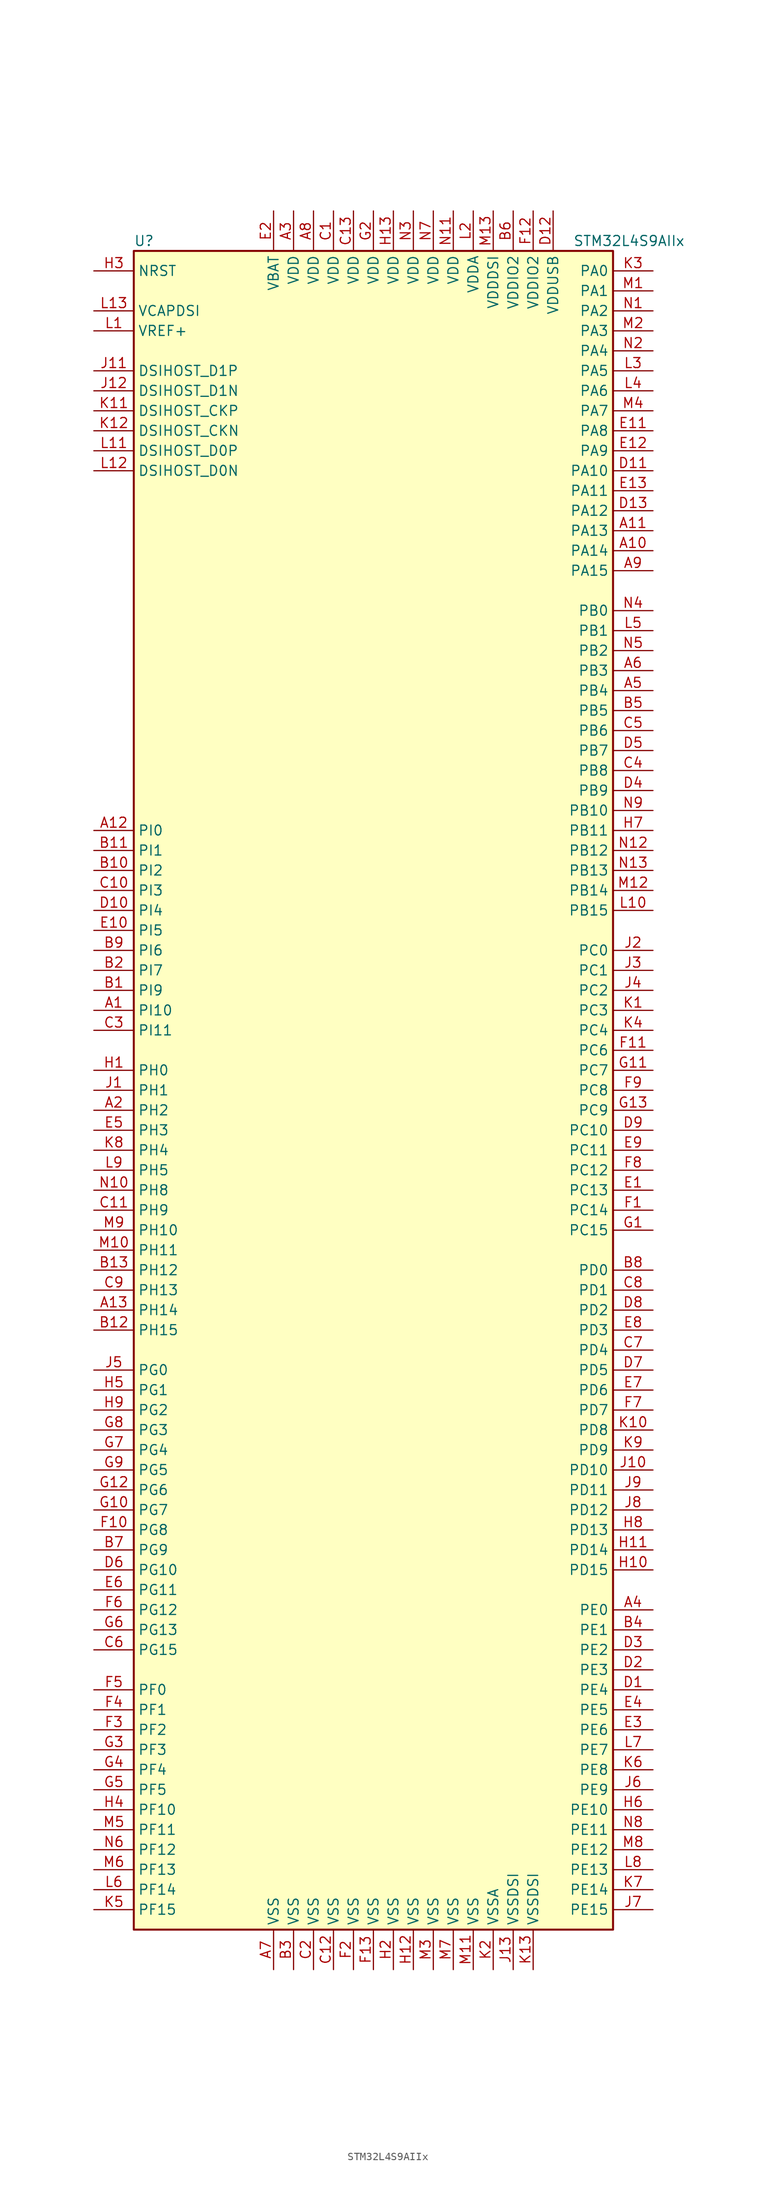
<source format=kicad_sym>
(kicad_symbol_lib
  (version 20211014)
  (generator kicad_symbol_editor)
  (symbol "STM32L4S9AIIx"
    (property "Reference" "U"
      (at -30.48 107.95 0)
      (effects (font (size 1.27 1.27)) (justify left)))
    (property "Value" "STM32L4S9AIIx"
      (at 25.4 107.95 0)
      (effects (font (size 1.27 1.27)) (justify left)))
    (symbol "STM32L4S9AIIx_0_1"
      (rectangle (start -30.48 -106.68) (end 30.48 106.68) (stroke (width 0.254) (type default) (color 0 0 0 0)) (fill (type background))))
    (symbol "STM32L4S9AIIx_1_1"
      (pin bidirectional line (at -35.56 10.16 0) (length 5.08) (name "PI10" (effects (font (size 1.27 1.27)))) (number "A1" (effects (font (size 1.27 1.27)))))
      (pin bidirectional line (at 35.56 68.58 180) (length 5.08) (name "PA14" (effects (font (size 1.27 1.27)))) (number "A10" (effects (font (size 1.27 1.27)))))
      (pin bidirectional line (at 35.56 71.12 180) (length 5.08) (name "PA13" (effects (font (size 1.27 1.27)))) (number "A11" (effects (font (size 1.27 1.27)))))
      (pin bidirectional line (at -35.56 33.02 0) (length 5.08) (name "PI0" (effects (font (size 1.27 1.27)))) (number "A12" (effects (font (size 1.27 1.27)))))
      (pin bidirectional line (at -35.56 -27.94 0) (length 5.08) (name "PH14" (effects (font (size 1.27 1.27)))) (number "A13" (effects (font (size 1.27 1.27)))))
      (pin bidirectional line (at -35.56 -2.54 0) (length 5.08) (name "PH2" (effects (font (size 1.27 1.27)))) (number "A2" (effects (font (size 1.27 1.27)))))
      (pin power_in line (at -10.16 111.76 270) (length 5.08) (name "VDD" (effects (font (size 1.27 1.27)))) (number "A3" (effects (font (size 1.27 1.27)))))
      (pin bidirectional line (at 35.56 -66.04 180) (length 5.08) (name "PE0" (effects (font (size 1.27 1.27)))) (number "A4" (effects (font (size 1.27 1.27)))))
      (pin bidirectional line (at 35.56 50.8 180) (length 5.08) (name "PB4" (effects (font (size 1.27 1.27)))) (number "A5" (effects (font (size 1.27 1.27)))))
      (pin bidirectional line (at 35.56 53.34 180) (length 5.08) (name "PB3" (effects (font (size 1.27 1.27)))) (number "A6" (effects (font (size 1.27 1.27)))))
      (pin power_in line (at -12.7 -111.76 90) (length 5.08) (name "VSS" (effects (font (size 1.27 1.27)))) (number "A7" (effects (font (size 1.27 1.27)))))
      (pin power_in line (at -7.62 111.76 270) (length 5.08) (name "VDD" (effects (font (size 1.27 1.27)))) (number "A8" (effects (font (size 1.27 1.27)))))
      (pin bidirectional line (at 35.56 66.04 180) (length 5.08) (name "PA15" (effects (font (size 1.27 1.27)))) (number "A9" (effects (font (size 1.27 1.27)))))
      (pin bidirectional line (at -35.56 12.7 0) (length 5.08) (name "PI9" (effects (font (size 1.27 1.27)))) (number "B1" (effects (font (size 1.27 1.27)))))
      (pin bidirectional line (at -35.56 27.94 0) (length 5.08) (name "PI2" (effects (font (size 1.27 1.27)))) (number "B10" (effects (font (size 1.27 1.27)))))
      (pin bidirectional line (at -35.56 30.48 0) (length 5.08) (name "PI1" (effects (font (size 1.27 1.27)))) (number "B11" (effects (font (size 1.27 1.27)))))
      (pin bidirectional line (at -35.56 -30.48 0) (length 5.08) (name "PH15" (effects (font (size 1.27 1.27)))) (number "B12" (effects (font (size 1.27 1.27)))))
      (pin bidirectional line (at -35.56 -22.86 0) (length 5.08) (name "PH12" (effects (font (size 1.27 1.27)))) (number "B13" (effects (font (size 1.27 1.27)))))
      (pin bidirectional line (at -35.56 15.24 0) (length 5.08) (name "PI7" (effects (font (size 1.27 1.27)))) (number "B2" (effects (font (size 1.27 1.27)))))
      (pin power_in line (at -10.16 -111.76 90) (length 5.08) (name "VSS" (effects (font (size 1.27 1.27)))) (number "B3" (effects (font (size 1.27 1.27)))))
      (pin bidirectional line (at 35.56 -68.58 180) (length 5.08) (name "PE1" (effects (font (size 1.27 1.27)))) (number "B4" (effects (font (size 1.27 1.27)))))
      (pin bidirectional line (at 35.56 48.26 180) (length 5.08) (name "PB5" (effects (font (size 1.27 1.27)))) (number "B5" (effects (font (size 1.27 1.27)))))
      (pin power_in line (at 17.78 111.76 270) (length 5.08) (name "VDDIO2" (effects (font (size 1.27 1.27)))) (number "B6" (effects (font (size 1.27 1.27)))))
      (pin bidirectional line (at -35.56 -58.42 0) (length 5.08) (name "PG9" (effects (font (size 1.27 1.27)))) (number "B7" (effects (font (size 1.27 1.27)))))
      (pin bidirectional line (at 35.56 -22.86 180) (length 5.08) (name "PD0" (effects (font (size 1.27 1.27)))) (number "B8" (effects (font (size 1.27 1.27)))))
      (pin bidirectional line (at -35.56 17.78 0) (length 5.08) (name "PI6" (effects (font (size 1.27 1.27)))) (number "B9" (effects (font (size 1.27 1.27)))))
      (pin power_in line (at -5.08 111.76 270) (length 5.08) (name "VDD" (effects (font (size 1.27 1.27)))) (number "C1" (effects (font (size 1.27 1.27)))))
      (pin bidirectional line (at -35.56 25.4 0) (length 5.08) (name "PI3" (effects (font (size 1.27 1.27)))) (number "C10" (effects (font (size 1.27 1.27)))))
      (pin bidirectional line (at -35.56 -15.24 0) (length 5.08) (name "PH9" (effects (font (size 1.27 1.27)))) (number "C11" (effects (font (size 1.27 1.27)))))
      (pin power_in line (at -5.08 -111.76 90) (length 5.08) (name "VSS" (effects (font (size 1.27 1.27)))) (number "C12" (effects (font (size 1.27 1.27)))))
      (pin power_in line (at -2.54 111.76 270) (length 5.08) (name "VDD" (effects (font (size 1.27 1.27)))) (number "C13" (effects (font (size 1.27 1.27)))))
      (pin power_in line (at -7.62 -111.76 90) (length 5.08) (name "VSS" (effects (font (size 1.27 1.27)))) (number "C2" (effects (font (size 1.27 1.27)))))
      (pin bidirectional line (at -35.56 7.62 0) (length 5.08) (name "PI11" (effects (font (size 1.27 1.27)))) (number "C3" (effects (font (size 1.27 1.27)))))
      (pin bidirectional line (at 35.56 40.64 180) (length 5.08) (name "PB8" (effects (font (size 1.27 1.27)))) (number "C4" (effects (font (size 1.27 1.27)))))
      (pin bidirectional line (at 35.56 45.72 180) (length 5.08) (name "PB6" (effects (font (size 1.27 1.27)))) (number "C5" (effects (font (size 1.27 1.27)))))
      (pin bidirectional line (at -35.56 -71.12 0) (length 5.08) (name "PG15" (effects (font (size 1.27 1.27)))) (number "C6" (effects (font (size 1.27 1.27)))))
      (pin bidirectional line (at 35.56 -33.02 180) (length 5.08) (name "PD4" (effects (font (size 1.27 1.27)))) (number "C7" (effects (font (size 1.27 1.27)))))
      (pin bidirectional line (at 35.56 -25.4 180) (length 5.08) (name "PD1" (effects (font (size 1.27 1.27)))) (number "C8" (effects (font (size 1.27 1.27)))))
      (pin bidirectional line (at -35.56 -25.4 0) (length 5.08) (name "PH13" (effects (font (size 1.27 1.27)))) (number "C9" (effects (font (size 1.27 1.27)))))
      (pin bidirectional line (at 35.56 -76.2 180) (length 5.08) (name "PE4" (effects (font (size 1.27 1.27)))) (number "D1" (effects (font (size 1.27 1.27)))))
      (pin bidirectional line (at -35.56 22.86 0) (length 5.08) (name "PI4" (effects (font (size 1.27 1.27)))) (number "D10" (effects (font (size 1.27 1.27)))))
      (pin bidirectional line (at 35.56 78.74 180) (length 5.08) (name "PA10" (effects (font (size 1.27 1.27)))) (number "D11" (effects (font (size 1.27 1.27)))))
      (pin power_in line (at 22.86 111.76 270) (length 5.08) (name "VDDUSB" (effects (font (size 1.27 1.27)))) (number "D12" (effects (font (size 1.27 1.27)))))
      (pin bidirectional line (at 35.56 73.66 180) (length 5.08) (name "PA12" (effects (font (size 1.27 1.27)))) (number "D13" (effects (font (size 1.27 1.27)))))
      (pin bidirectional line (at 35.56 -73.66 180) (length 5.08) (name "PE3" (effects (font (size 1.27 1.27)))) (number "D2" (effects (font (size 1.27 1.27)))))
      (pin bidirectional line (at 35.56 -71.12 180) (length 5.08) (name "PE2" (effects (font (size 1.27 1.27)))) (number "D3" (effects (font (size 1.27 1.27)))))
      (pin bidirectional line (at 35.56 38.1 180) (length 5.08) (name "PB9" (effects (font (size 1.27 1.27)))) (number "D4" (effects (font (size 1.27 1.27)))))
      (pin bidirectional line (at 35.56 43.18 180) (length 5.08) (name "PB7" (effects (font (size 1.27 1.27)))) (number "D5" (effects (font (size 1.27 1.27)))))
      (pin bidirectional line (at -35.56 -60.96 0) (length 5.08) (name "PG10" (effects (font (size 1.27 1.27)))) (number "D6" (effects (font (size 1.27 1.27)))))
      (pin bidirectional line (at 35.56 -35.56 180) (length 5.08) (name "PD5" (effects (font (size 1.27 1.27)))) (number "D7" (effects (font (size 1.27 1.27)))))
      (pin bidirectional line (at 35.56 -27.94 180) (length 5.08) (name "PD2" (effects (font (size 1.27 1.27)))) (number "D8" (effects (font (size 1.27 1.27)))))
      (pin bidirectional line (at 35.56 -5.08 180) (length 5.08) (name "PC10" (effects (font (size 1.27 1.27)))) (number "D9" (effects (font (size 1.27 1.27)))))
      (pin bidirectional line (at 35.56 -12.7 180) (length 5.08) (name "PC13" (effects (font (size 1.27 1.27)))) (number "E1" (effects (font (size 1.27 1.27)))))
      (pin bidirectional line (at -35.56 20.32 0) (length 5.08) (name "PI5" (effects (font (size 1.27 1.27)))) (number "E10" (effects (font (size 1.27 1.27)))))
      (pin bidirectional line (at 35.56 83.82 180) (length 5.08) (name "PA8" (effects (font (size 1.27 1.27)))) (number "E11" (effects (font (size 1.27 1.27)))))
      (pin bidirectional line (at 35.56 81.28 180) (length 5.08) (name "PA9" (effects (font (size 1.27 1.27)))) (number "E12" (effects (font (size 1.27 1.27)))))
      (pin bidirectional line (at 35.56 76.2 180) (length 5.08) (name "PA11" (effects (font (size 1.27 1.27)))) (number "E13" (effects (font (size 1.27 1.27)))))
      (pin power_in line (at -12.7 111.76 270) (length 5.08) (name "VBAT" (effects (font (size 1.27 1.27)))) (number "E2" (effects (font (size 1.27 1.27)))))
      (pin bidirectional line (at 35.56 -81.28 180) (length 5.08) (name "PE6" (effects (font (size 1.27 1.27)))) (number "E3" (effects (font (size 1.27 1.27)))))
      (pin bidirectional line (at 35.56 -78.74 180) (length 5.08) (name "PE5" (effects (font (size 1.27 1.27)))) (number "E4" (effects (font (size 1.27 1.27)))))
      (pin bidirectional line (at -35.56 -5.08 0) (length 5.08) (name "PH3" (effects (font (size 1.27 1.27)))) (number "E5" (effects (font (size 1.27 1.27)))))
      (pin bidirectional line (at -35.56 -63.5 0) (length 5.08) (name "PG11" (effects (font (size 1.27 1.27)))) (number "E6" (effects (font (size 1.27 1.27)))))
      (pin bidirectional line (at 35.56 -38.1 180) (length 5.08) (name "PD6" (effects (font (size 1.27 1.27)))) (number "E7" (effects (font (size 1.27 1.27)))))
      (pin bidirectional line (at 35.56 -30.48 180) (length 5.08) (name "PD3" (effects (font (size 1.27 1.27)))) (number "E8" (effects (font (size 1.27 1.27)))))
      (pin bidirectional line (at 35.56 -7.62 180) (length 5.08) (name "PC11" (effects (font (size 1.27 1.27)))) (number "E9" (effects (font (size 1.27 1.27)))))
      (pin bidirectional line (at 35.56 -15.24 180) (length 5.08) (name "PC14" (effects (font (size 1.27 1.27)))) (number "F1" (effects (font (size 1.27 1.27)))))
      (pin bidirectional line (at -35.56 -55.88 0) (length 5.08) (name "PG8" (effects (font (size 1.27 1.27)))) (number "F10" (effects (font (size 1.27 1.27)))))
      (pin bidirectional line (at 35.56 5.08 180) (length 5.08) (name "PC6" (effects (font (size 1.27 1.27)))) (number "F11" (effects (font (size 1.27 1.27)))))
      (pin power_in line (at 20.32 111.76 270) (length 5.08) (name "VDDIO2" (effects (font (size 1.27 1.27)))) (number "F12" (effects (font (size 1.27 1.27)))))
      (pin power_in line (at 0 -111.76 90) (length 5.08) (name "VSS" (effects (font (size 1.27 1.27)))) (number "F13" (effects (font (size 1.27 1.27)))))
      (pin power_in line (at -2.54 -111.76 90) (length 5.08) (name "VSS" (effects (font (size 1.27 1.27)))) (number "F2" (effects (font (size 1.27 1.27)))))
      (pin bidirectional line (at -35.56 -81.28 0) (length 5.08) (name "PF2" (effects (font (size 1.27 1.27)))) (number "F3" (effects (font (size 1.27 1.27)))))
      (pin bidirectional line (at -35.56 -78.74 0) (length 5.08) (name "PF1" (effects (font (size 1.27 1.27)))) (number "F4" (effects (font (size 1.27 1.27)))))
      (pin bidirectional line (at -35.56 -76.2 0) (length 5.08) (name "PF0" (effects (font (size 1.27 1.27)))) (number "F5" (effects (font (size 1.27 1.27)))))
      (pin bidirectional line (at -35.56 -66.04 0) (length 5.08) (name "PG12" (effects (font (size 1.27 1.27)))) (number "F6" (effects (font (size 1.27 1.27)))))
      (pin bidirectional line (at 35.56 -40.64 180) (length 5.08) (name "PD7" (effects (font (size 1.27 1.27)))) (number "F7" (effects (font (size 1.27 1.27)))))
      (pin bidirectional line (at 35.56 -10.16 180) (length 5.08) (name "PC12" (effects (font (size 1.27 1.27)))) (number "F8" (effects (font (size 1.27 1.27)))))
      (pin bidirectional line (at 35.56 0 180) (length 5.08) (name "PC8" (effects (font (size 1.27 1.27)))) (number "F9" (effects (font (size 1.27 1.27)))))
      (pin bidirectional line (at 35.56 -17.78 180) (length 5.08) (name "PC15" (effects (font (size 1.27 1.27)))) (number "G1" (effects (font (size 1.27 1.27)))))
      (pin bidirectional line (at -35.56 -53.34 0) (length 5.08) (name "PG7" (effects (font (size 1.27 1.27)))) (number "G10" (effects (font (size 1.27 1.27)))))
      (pin bidirectional line (at 35.56 2.54 180) (length 5.08) (name "PC7" (effects (font (size 1.27 1.27)))) (number "G11" (effects (font (size 1.27 1.27)))))
      (pin bidirectional line (at -35.56 -50.8 0) (length 5.08) (name "PG6" (effects (font (size 1.27 1.27)))) (number "G12" (effects (font (size 1.27 1.27)))))
      (pin bidirectional line (at 35.56 -2.54 180) (length 5.08) (name "PC9" (effects (font (size 1.27 1.27)))) (number "G13" (effects (font (size 1.27 1.27)))))
      (pin power_in line (at 0 111.76 270) (length 5.08) (name "VDD" (effects (font (size 1.27 1.27)))) (number "G2" (effects (font (size 1.27 1.27)))))
      (pin bidirectional line (at -35.56 -83.82 0) (length 5.08) (name "PF3" (effects (font (size 1.27 1.27)))) (number "G3" (effects (font (size 1.27 1.27)))))
      (pin bidirectional line (at -35.56 -86.36 0) (length 5.08) (name "PF4" (effects (font (size 1.27 1.27)))) (number "G4" (effects (font (size 1.27 1.27)))))
      (pin bidirectional line (at -35.56 -88.9 0) (length 5.08) (name "PF5" (effects (font (size 1.27 1.27)))) (number "G5" (effects (font (size 1.27 1.27)))))
      (pin bidirectional line (at -35.56 -68.58 0) (length 5.08) (name "PG13" (effects (font (size 1.27 1.27)))) (number "G6" (effects (font (size 1.27 1.27)))))
      (pin bidirectional line (at -35.56 -45.72 0) (length 5.08) (name "PG4" (effects (font (size 1.27 1.27)))) (number "G7" (effects (font (size 1.27 1.27)))))
      (pin bidirectional line (at -35.56 -43.18 0) (length 5.08) (name "PG3" (effects (font (size 1.27 1.27)))) (number "G8" (effects (font (size 1.27 1.27)))))
      (pin bidirectional line (at -35.56 -48.26 0) (length 5.08) (name "PG5" (effects (font (size 1.27 1.27)))) (number "G9" (effects (font (size 1.27 1.27)))))
      (pin input line (at -35.56 2.54 0) (length 5.08) (name "PH0" (effects (font (size 1.27 1.27)))) (number "H1" (effects (font (size 1.27 1.27)))))
      (pin bidirectional line (at 35.56 -60.96 180) (length 5.08) (name "PD15" (effects (font (size 1.27 1.27)))) (number "H10" (effects (font (size 1.27 1.27)))))
      (pin bidirectional line (at 35.56 -58.42 180) (length 5.08) (name "PD14" (effects (font (size 1.27 1.27)))) (number "H11" (effects (font (size 1.27 1.27)))))
      (pin power_in line (at 5.08 -111.76 90) (length 5.08) (name "VSS" (effects (font (size 1.27 1.27)))) (number "H12" (effects (font (size 1.27 1.27)))))
      (pin power_in line (at 2.54 111.76 270) (length 5.08) (name "VDD" (effects (font (size 1.27 1.27)))) (number "H13" (effects (font (size 1.27 1.27)))))
      (pin power_in line (at 2.54 -111.76 90) (length 5.08) (name "VSS" (effects (font (size 1.27 1.27)))) (number "H2" (effects (font (size 1.27 1.27)))))
      (pin input line (at -35.56 104.14 0) (length 5.08) (name "NRST" (effects (font (size 1.27 1.27)))) (number "H3" (effects (font (size 1.27 1.27)))))
      (pin bidirectional line (at -35.56 -91.44 0) (length 5.08) (name "PF10" (effects (font (size 1.27 1.27)))) (number "H4" (effects (font (size 1.27 1.27)))))
      (pin bidirectional line (at -35.56 -38.1 0) (length 5.08) (name "PG1" (effects (font (size 1.27 1.27)))) (number "H5" (effects (font (size 1.27 1.27)))))
      (pin bidirectional line (at 35.56 -91.44 180) (length 5.08) (name "PE10" (effects (font (size 1.27 1.27)))) (number "H6" (effects (font (size 1.27 1.27)))))
      (pin bidirectional line (at 35.56 33.02 180) (length 5.08) (name "PB11" (effects (font (size 1.27 1.27)))) (number "H7" (effects (font (size 1.27 1.27)))))
      (pin bidirectional line (at 35.56 -55.88 180) (length 5.08) (name "PD13" (effects (font (size 1.27 1.27)))) (number "H8" (effects (font (size 1.27 1.27)))))
      (pin bidirectional line (at -35.56 -40.64 0) (length 5.08) (name "PG2" (effects (font (size 1.27 1.27)))) (number "H9" (effects (font (size 1.27 1.27)))))
      (pin input line (at -35.56 0 0) (length 5.08) (name "PH1" (effects (font (size 1.27 1.27)))) (number "J1" (effects (font (size 1.27 1.27)))))
      (pin bidirectional line (at 35.56 -48.26 180) (length 5.08) (name "PD10" (effects (font (size 1.27 1.27)))) (number "J10" (effects (font (size 1.27 1.27)))))
      (pin bidirectional line (at -35.56 91.44 0) (length 5.08) (name "DSIHOST_D1P" (effects (font (size 1.27 1.27)))) (number "J11" (effects (font (size 1.27 1.27)))))
      (pin bidirectional line (at -35.56 88.9 0) (length 5.08) (name "DSIHOST_D1N" (effects (font (size 1.27 1.27)))) (number "J12" (effects (font (size 1.27 1.27)))))
      (pin power_in line (at 17.78 -111.76 90) (length 5.08) (name "VSSDSI" (effects (font (size 1.27 1.27)))) (number "J13" (effects (font (size 1.27 1.27)))))
      (pin bidirectional line (at 35.56 17.78 180) (length 5.08) (name "PC0" (effects (font (size 1.27 1.27)))) (number "J2" (effects (font (size 1.27 1.27)))))
      (pin bidirectional line (at 35.56 15.24 180) (length 5.08) (name "PC1" (effects (font (size 1.27 1.27)))) (number "J3" (effects (font (size 1.27 1.27)))))
      (pin bidirectional line (at 35.56 12.7 180) (length 5.08) (name "PC2" (effects (font (size 1.27 1.27)))) (number "J4" (effects (font (size 1.27 1.27)))))
      (pin bidirectional line (at -35.56 -35.56 0) (length 5.08) (name "PG0" (effects (font (size 1.27 1.27)))) (number "J5" (effects (font (size 1.27 1.27)))))
      (pin bidirectional line (at 35.56 -88.9 180) (length 5.08) (name "PE9" (effects (font (size 1.27 1.27)))) (number "J6" (effects (font (size 1.27 1.27)))))
      (pin bidirectional line (at 35.56 -104.14 180) (length 5.08) (name "PE15" (effects (font (size 1.27 1.27)))) (number "J7" (effects (font (size 1.27 1.27)))))
      (pin bidirectional line (at 35.56 -53.34 180) (length 5.08) (name "PD12" (effects (font (size 1.27 1.27)))) (number "J8" (effects (font (size 1.27 1.27)))))
      (pin bidirectional line (at 35.56 -50.8 180) (length 5.08) (name "PD11" (effects (font (size 1.27 1.27)))) (number "J9" (effects (font (size 1.27 1.27)))))
      (pin bidirectional line (at 35.56 10.16 180) (length 5.08) (name "PC3" (effects (font (size 1.27 1.27)))) (number "K1" (effects (font (size 1.27 1.27)))))
      (pin bidirectional line (at 35.56 -43.18 180) (length 5.08) (name "PD8" (effects (font (size 1.27 1.27)))) (number "K10" (effects (font (size 1.27 1.27)))))
      (pin bidirectional line (at -35.56 86.36 0) (length 5.08) (name "DSIHOST_CKP" (effects (font (size 1.27 1.27)))) (number "K11" (effects (font (size 1.27 1.27)))))
      (pin bidirectional line (at -35.56 83.82 0) (length 5.08) (name "DSIHOST_CKN" (effects (font (size 1.27 1.27)))) (number "K12" (effects (font (size 1.27 1.27)))))
      (pin power_in line (at 20.32 -111.76 90) (length 5.08) (name "VSSDSI" (effects (font (size 1.27 1.27)))) (number "K13" (effects (font (size 1.27 1.27)))))
      (pin power_in line (at 15.24 -111.76 90) (length 5.08) (name "VSSA" (effects (font (size 1.27 1.27)))) (number "K2" (effects (font (size 1.27 1.27)))))
      (pin bidirectional line (at 35.56 104.14 180) (length 5.08) (name "PA0" (effects (font (size 1.27 1.27)))) (number "K3" (effects (font (size 1.27 1.27)))))
      (pin bidirectional line (at 35.56 7.62 180) (length 5.08) (name "PC4" (effects (font (size 1.27 1.27)))) (number "K4" (effects (font (size 1.27 1.27)))))
      (pin bidirectional line (at -35.56 -104.14 0) (length 5.08) (name "PF15" (effects (font (size 1.27 1.27)))) (number "K5" (effects (font (size 1.27 1.27)))))
      (pin bidirectional line (at 35.56 -86.36 180) (length 5.08) (name "PE8" (effects (font (size 1.27 1.27)))) (number "K6" (effects (font (size 1.27 1.27)))))
      (pin bidirectional line (at 35.56 -101.6 180) (length 5.08) (name "PE14" (effects (font (size 1.27 1.27)))) (number "K7" (effects (font (size 1.27 1.27)))))
      (pin bidirectional line (at -35.56 -7.62 0) (length 5.08) (name "PH4" (effects (font (size 1.27 1.27)))) (number "K8" (effects (font (size 1.27 1.27)))))
      (pin bidirectional line (at 35.56 -45.72 180) (length 5.08) (name "PD9" (effects (font (size 1.27 1.27)))) (number "K9" (effects (font (size 1.27 1.27)))))
      (pin bidirectional line (at -35.56 96.52 0) (length 5.08) (name "VREF+" (effects (font (size 1.27 1.27)))) (number "L1" (effects (font (size 1.27 1.27)))))
      (pin bidirectional line (at 35.56 22.86 180) (length 5.08) (name "PB15" (effects (font (size 1.27 1.27)))) (number "L10" (effects (font (size 1.27 1.27)))))
      (pin bidirectional line (at -35.56 81.28 0) (length 5.08) (name "DSIHOST_D0P" (effects (font (size 1.27 1.27)))) (number "L11" (effects (font (size 1.27 1.27)))))
      (pin bidirectional line (at -35.56 78.74 0) (length 5.08) (name "DSIHOST_D0N" (effects (font (size 1.27 1.27)))) (number "L12" (effects (font (size 1.27 1.27)))))
      (pin power_in line (at -35.56 99.06 0) (length 5.08) (name "VCAPDSI" (effects (font (size 1.27 1.27)))) (number "L13" (effects (font (size 1.27 1.27)))))
      (pin power_in line (at 12.7 111.76 270) (length 5.08) (name "VDDA" (effects (font (size 1.27 1.27)))) (number "L2" (effects (font (size 1.27 1.27)))))
      (pin bidirectional line (at 35.56 91.44 180) (length 5.08) (name "PA5" (effects (font (size 1.27 1.27)))) (number "L3" (effects (font (size 1.27 1.27)))))
      (pin bidirectional line (at 35.56 88.9 180) (length 5.08) (name "PA6" (effects (font (size 1.27 1.27)))) (number "L4" (effects (font (size 1.27 1.27)))))
      (pin bidirectional line (at 35.56 58.42 180) (length 5.08) (name "PB1" (effects (font (size 1.27 1.27)))) (number "L5" (effects (font (size 1.27 1.27)))))
      (pin bidirectional line (at -35.56 -101.6 0) (length 5.08) (name "PF14" (effects (font (size 1.27 1.27)))) (number "L6" (effects (font (size 1.27 1.27)))))
      (pin bidirectional line (at 35.56 -83.82 180) (length 5.08) (name "PE7" (effects (font (size 1.27 1.27)))) (number "L7" (effects (font (size 1.27 1.27)))))
      (pin bidirectional line (at 35.56 -99.06 180) (length 5.08) (name "PE13" (effects (font (size 1.27 1.27)))) (number "L8" (effects (font (size 1.27 1.27)))))
      (pin bidirectional line (at -35.56 -10.16 0) (length 5.08) (name "PH5" (effects (font (size 1.27 1.27)))) (number "L9" (effects (font (size 1.27 1.27)))))
      (pin bidirectional line (at 35.56 101.6 180) (length 5.08) (name "PA1" (effects (font (size 1.27 1.27)))) (number "M1" (effects (font (size 1.27 1.27)))))
      (pin bidirectional line (at -35.56 -20.32 0) (length 5.08) (name "PH11" (effects (font (size 1.27 1.27)))) (number "M10" (effects (font (size 1.27 1.27)))))
      (pin power_in line (at 12.7 -111.76 90) (length 5.08) (name "VSS" (effects (font (size 1.27 1.27)))) (number "M11" (effects (font (size 1.27 1.27)))))
      (pin bidirectional line (at 35.56 25.4 180) (length 5.08) (name "PB14" (effects (font (size 1.27 1.27)))) (number "M12" (effects (font (size 1.27 1.27)))))
      (pin power_in line (at 15.24 111.76 270) (length 5.08) (name "VDDDSI" (effects (font (size 1.27 1.27)))) (number "M13" (effects (font (size 1.27 1.27)))))
      (pin bidirectional line (at 35.56 96.52 180) (length 5.08) (name "PA3" (effects (font (size 1.27 1.27)))) (number "M2" (effects (font (size 1.27 1.27)))))
      (pin power_in line (at 7.62 -111.76 90) (length 5.08) (name "VSS" (effects (font (size 1.27 1.27)))) (number "M3" (effects (font (size 1.27 1.27)))))
      (pin bidirectional line (at 35.56 86.36 180) (length 5.08) (name "PA7" (effects (font (size 1.27 1.27)))) (number "M4" (effects (font (size 1.27 1.27)))))
      (pin bidirectional line (at -35.56 -93.98 0) (length 5.08) (name "PF11" (effects (font (size 1.27 1.27)))) (number "M5" (effects (font (size 1.27 1.27)))))
      (pin bidirectional line (at -35.56 -99.06 0) (length 5.08) (name "PF13" (effects (font (size 1.27 1.27)))) (number "M6" (effects (font (size 1.27 1.27)))))
      (pin power_in line (at 10.16 -111.76 90) (length 5.08) (name "VSS" (effects (font (size 1.27 1.27)))) (number "M7" (effects (font (size 1.27 1.27)))))
      (pin bidirectional line (at 35.56 -96.52 180) (length 5.08) (name "PE12" (effects (font (size 1.27 1.27)))) (number "M8" (effects (font (size 1.27 1.27)))))
      (pin bidirectional line (at -35.56 -17.78 0) (length 5.08) (name "PH10" (effects (font (size 1.27 1.27)))) (number "M9" (effects (font (size 1.27 1.27)))))
      (pin bidirectional line (at 35.56 99.06 180) (length 5.08) (name "PA2" (effects (font (size 1.27 1.27)))) (number "N1" (effects (font (size 1.27 1.27)))))
      (pin bidirectional line (at -35.56 -12.7 0) (length 5.08) (name "PH8" (effects (font (size 1.27 1.27)))) (number "N10" (effects (font (size 1.27 1.27)))))
      (pin power_in line (at 10.16 111.76 270) (length 5.08) (name "VDD" (effects (font (size 1.27 1.27)))) (number "N11" (effects (font (size 1.27 1.27)))))
      (pin bidirectional line (at 35.56 30.48 180) (length 5.08) (name "PB12" (effects (font (size 1.27 1.27)))) (number "N12" (effects (font (size 1.27 1.27)))))
      (pin bidirectional line (at 35.56 27.94 180) (length 5.08) (name "PB13" (effects (font (size 1.27 1.27)))) (number "N13" (effects (font (size 1.27 1.27)))))
      (pin bidirectional line (at 35.56 93.98 180) (length 5.08) (name "PA4" (effects (font (size 1.27 1.27)))) (number "N2" (effects (font (size 1.27 1.27)))))
      (pin power_in line (at 5.08 111.76 270) (length 5.08) (name "VDD" (effects (font (size 1.27 1.27)))) (number "N3" (effects (font (size 1.27 1.27)))))
      (pin bidirectional line (at 35.56 60.96 180) (length 5.08) (name "PB0" (effects (font (size 1.27 1.27)))) (number "N4" (effects (font (size 1.27 1.27)))))
      (pin bidirectional line (at 35.56 55.88 180) (length 5.08) (name "PB2" (effects (font (size 1.27 1.27)))) (number "N5" (effects (font (size 1.27 1.27)))))
      (pin bidirectional line (at -35.56 -96.52 0) (length 5.08) (name "PF12" (effects (font (size 1.27 1.27)))) (number "N6" (effects (font (size 1.27 1.27)))))
      (pin power_in line (at 7.62 111.76 270) (length 5.08) (name "VDD" (effects (font (size 1.27 1.27)))) (number "N7" (effects (font (size 1.27 1.27)))))
      (pin bidirectional line (at 35.56 -93.98 180) (length 5.08) (name "PE11" (effects (font (size 1.27 1.27)))) (number "N8" (effects (font (size 1.27 1.27)))))
      (pin bidirectional line (at 35.56 35.56 180) (length 5.08) (name "PB10" (effects (font (size 1.27 1.27)))) (number "N9" (effects (font (size 1.27 1.27))))))))
</source>
